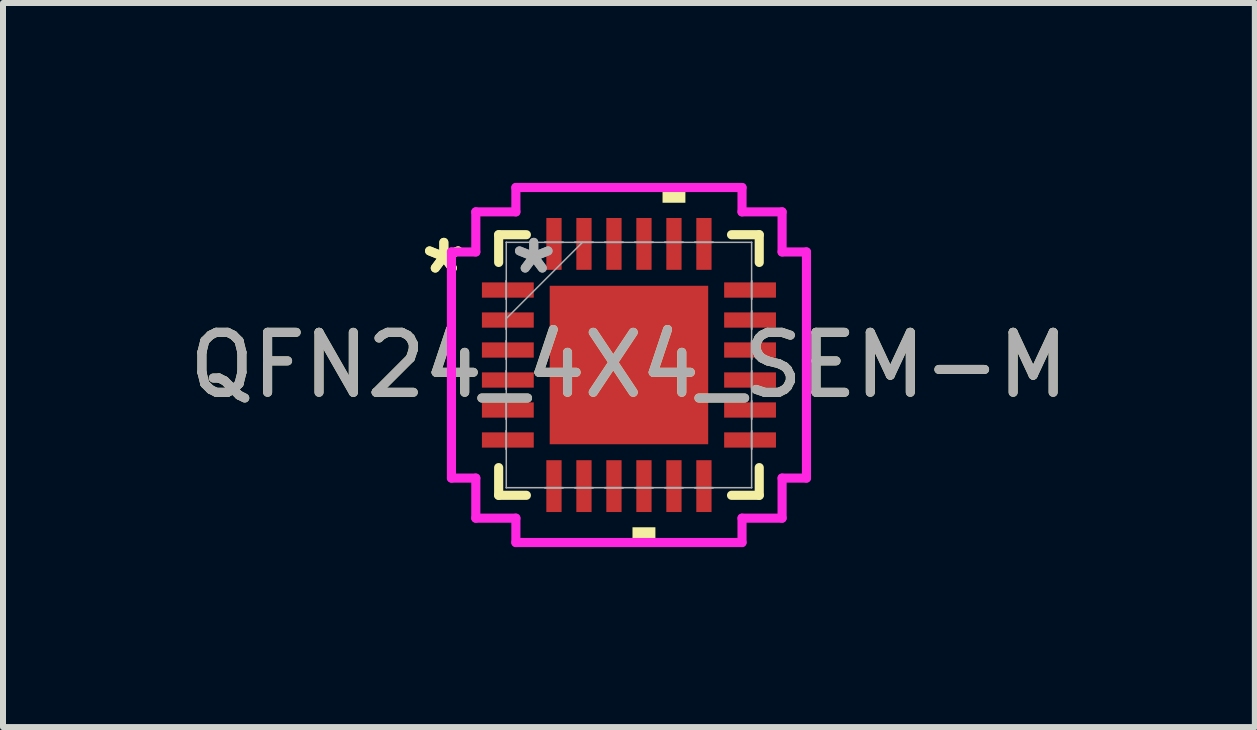
<source format=kicad_pcb>
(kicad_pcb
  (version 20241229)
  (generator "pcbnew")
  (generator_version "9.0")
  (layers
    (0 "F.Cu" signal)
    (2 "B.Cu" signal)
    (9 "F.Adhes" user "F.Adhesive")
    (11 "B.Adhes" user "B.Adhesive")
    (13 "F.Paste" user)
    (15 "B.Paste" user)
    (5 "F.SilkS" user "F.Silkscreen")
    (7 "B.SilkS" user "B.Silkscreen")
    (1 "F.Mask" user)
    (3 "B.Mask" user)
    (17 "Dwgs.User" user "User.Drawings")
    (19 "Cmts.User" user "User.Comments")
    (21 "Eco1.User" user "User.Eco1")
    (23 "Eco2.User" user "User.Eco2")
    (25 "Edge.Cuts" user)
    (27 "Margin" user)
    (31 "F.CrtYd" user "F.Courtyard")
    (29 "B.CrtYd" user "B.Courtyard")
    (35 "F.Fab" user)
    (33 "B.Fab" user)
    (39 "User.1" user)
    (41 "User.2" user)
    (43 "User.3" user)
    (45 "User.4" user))
  (footprint "QFN24_4X4_SEM-M"
    (layer "F.Cu")
    (at 7.435 3.035)
    (property "Reference" "QFN24_4X4_SEM-M" (at 0 0 0) (unlocked yes) (layer "F.SilkS") (effects (font (size 1 1) (thickness 0.15))))
    (attr smd)
    (fp_line (start -2.172 -2.172) (end -2.172 -1.71) (stroke (width 0.152) (type solid)) (layer "F.SilkS"))
    (fp_line (start -2.172 1.71) (end -2.172 2.172) (stroke (width 0.152) (type solid)) (layer "F.SilkS"))
    (fp_line (start -2.172 2.172) (end -1.71 2.172) (stroke (width 0.152) (type solid)) (layer "F.SilkS"))
    (fp_line (start -1.71 -2.172) (end -2.172 -2.172) (stroke (width 0.152) (type solid)) (layer "F.SilkS"))
    (fp_line (start 1.71 2.172) (end 2.172 2.172) (stroke (width 0.152) (type solid)) (layer "F.SilkS"))
    (fp_line (start 2.172 -2.172) (end 1.71 -2.172) (stroke (width 0.152) (type solid)) (layer "F.SilkS"))
    (fp_line (start 2.172 -1.71) (end 2.172 -2.172) (stroke (width 0.152) (type solid)) (layer "F.SilkS"))
    (fp_line (start 2.172 2.172) (end 2.172 1.71) (stroke (width 0.152) (type solid)) (layer "F.SilkS"))
    (fp_poly (pts (xy 0.059 2.705) (xy 0.059 2.959) (xy 0.441 2.959) (xy 0.441 2.705)) (stroke (width 0) (type solid)) (fill yes) (layer "F.SilkS"))
    (fp_poly (pts (xy 0.56 -2.705) (xy 0.56 -2.959) (xy 0.941 -2.959) (xy 0.941 -2.705)) (stroke (width 0) (type solid)) (fill yes) (layer "F.SilkS"))
    (fp_poly (pts (xy -1.221 -1.221) (xy -1.221 -0.1) (xy -0.1 -0.1) (xy -0.1 -1.221)) (stroke (width 0) (type solid)) (fill yes) (layer "F.Paste"))
    (fp_poly (pts (xy -1.221 0.1) (xy -1.221 1.221) (xy -0.1 1.221) (xy -0.1 0.1)) (stroke (width 0) (type solid)) (fill yes) (layer "F.Paste"))
    (fp_poly (pts (xy 0.1 -1.221) (xy 0.1 -0.1) (xy 1.221 -0.1) (xy 1.221 -1.221)) (stroke (width 0) (type solid)) (fill yes) (layer "F.Paste"))
    (fp_poly (pts (xy 0.1 0.1) (xy 0.1 1.221) (xy 1.221 1.221) (xy 1.221 0.1)) (stroke (width 0) (type solid)) (fill yes) (layer "F.Paste"))
    (fp_line (start -2.959 -1.885) (end -2.553 -1.885) (stroke (width 0.152) (type solid)) (layer "F.CrtYd"))
    (fp_line (start -2.959 1.885) (end -2.959 -1.885) (stroke (width 0.152) (type solid)) (layer "F.CrtYd"))
    (fp_line (start -2.553 -2.553) (end -1.885 -2.553) (stroke (width 0.152) (type solid)) (layer "F.CrtYd"))
    (fp_line (start -2.553 -1.885) (end -2.553 -2.553) (stroke (width 0.152) (type solid)) (layer "F.CrtYd"))
    (fp_line (start -2.553 1.885) (end -2.959 1.885) (stroke (width 0.152) (type solid)) (layer "F.CrtYd"))
    (fp_line (start -2.553 2.553) (end -2.553 1.885) (stroke (width 0.152) (type solid)) (layer "F.CrtYd"))
    (fp_line (start -1.885 -2.959) (end 1.885 -2.959) (stroke (width 0.152) (type solid)) (layer "F.CrtYd"))
    (fp_line (start -1.885 -2.553) (end -1.885 -2.959) (stroke (width 0.152) (type solid)) (layer "F.CrtYd"))
    (fp_line (start -1.885 2.553) (end -2.553 2.553) (stroke (width 0.152) (type solid)) (layer "F.CrtYd"))
    (fp_line (start -1.885 2.959) (end -1.885 2.553) (stroke (width 0.152) (type solid)) (layer "F.CrtYd"))
    (fp_line (start 1.885 -2.959) (end 1.885 -2.553) (stroke (width 0.152) (type solid)) (layer "F.CrtYd"))
    (fp_line (start 1.885 -2.553) (end 2.553 -2.553) (stroke (width 0.152) (type solid)) (layer "F.CrtYd"))
    (fp_line (start 1.885 2.553) (end 1.885 2.959) (stroke (width 0.152) (type solid)) (layer "F.CrtYd"))
    (fp_line (start 1.885 2.959) (end -1.885 2.959) (stroke (width 0.152) (type solid)) (layer "F.CrtYd"))
    (fp_line (start 2.553 -2.553) (end 2.553 -1.885) (stroke (width 0.152) (type solid)) (layer "F.CrtYd"))
    (fp_line (start 2.553 -1.885) (end 2.959 -1.885) (stroke (width 0.152) (type solid)) (layer "F.CrtYd"))
    (fp_line (start 2.553 1.885) (end 2.553 2.553) (stroke (width 0.152) (type solid)) (layer "F.CrtYd"))
    (fp_line (start 2.553 2.553) (end 1.885 2.553) (stroke (width 0.152) (type solid)) (layer "F.CrtYd"))
    (fp_line (start 2.959 -1.885) (end 2.959 1.885) (stroke (width 0.152) (type solid)) (layer "F.CrtYd"))
    (fp_line (start 2.959 1.885) (end 2.553 1.885) (stroke (width 0.152) (type solid)) (layer "F.CrtYd"))
    (fp_line (start -2.045 -2.045) (end -2.045 -2.045) (stroke (width 0.025) (type solid)) (layer "F.Fab"))
    (fp_line (start -2.045 -2.045) (end -2.045 2.045) (stroke (width 0.025) (type solid)) (layer "F.Fab"))
    (fp_line (start -2.045 -1.402) (end -2.045 -1.402) (stroke (width 0.025) (type solid)) (layer "F.Fab"))
    (fp_line (start -2.045 -1.402) (end -2.045 -1.098) (stroke (width 0.025) (type solid)) (layer "F.Fab"))
    (fp_line (start -2.045 -1.098) (end -2.045 -1.402) (stroke (width 0.025) (type solid)) (layer "F.Fab"))
    (fp_line (start -2.045 -1.098) (end -2.045 -1.098) (stroke (width 0.025) (type solid)) (layer "F.Fab"))
    (fp_line (start -2.045 -0.902) (end -2.045 -0.902) (stroke (width 0.025) (type solid)) (layer "F.Fab"))
    (fp_line (start -2.045 -0.902) (end -2.045 -0.598) (stroke (width 0.025) (type solid)) (layer "F.Fab"))
    (fp_line (start -2.045 -0.775) (end -0.775 -2.045) (stroke (width 0.025) (type solid)) (layer "F.Fab"))
    (fp_line (start -2.045 -0.598) (end -2.045 -0.902) (stroke (width 0.025) (type solid)) (layer "F.Fab"))
    (fp_line (start -2.045 -0.598) (end -2.045 -0.598) (stroke (width 0.025) (type solid)) (layer "F.Fab"))
    (fp_line (start -2.045 -0.402) (end -2.045 -0.402) (stroke (width 0.025) (type solid)) (layer "F.Fab"))
    (fp_line (start -2.045 -0.402) (end -2.045 -0.098) (stroke (width 0.025) (type solid)) (layer "F.Fab"))
    (fp_line (start -2.045 -0.098) (end -2.045 -0.402) (stroke (width 0.025) (type solid)) (layer "F.Fab"))
    (fp_line (start -2.045 -0.098) (end -2.045 -0.098) (stroke (width 0.025) (type solid)) (layer "F.Fab"))
    (fp_line (start -2.045 0.098) (end -2.045 0.098) (stroke (width 0.025) (type solid)) (layer "F.Fab"))
    (fp_line (start -2.045 0.098) (end -2.045 0.402) (stroke (width 0.025) (type solid)) (layer "F.Fab"))
    (fp_line (start -2.045 0.402) (end -2.045 0.098) (stroke (width 0.025) (type solid)) (layer "F.Fab"))
    (fp_line (start -2.045 0.402) (end -2.045 0.402) (stroke (width 0.025) (type solid)) (layer "F.Fab"))
    (fp_line (start -2.045 0.598) (end -2.045 0.598) (stroke (width 0.025) (type solid)) (layer "F.Fab"))
    (fp_line (start -2.045 0.598) (end -2.045 0.902) (stroke (width 0.025) (type solid)) (layer "F.Fab"))
    (fp_line (start -2.045 0.902) (end -2.045 0.598) (stroke (width 0.025) (type solid)) (layer "F.Fab"))
    (fp_line (start -2.045 0.902) (end -2.045 0.902) (stroke (width 0.025) (type solid)) (layer "F.Fab"))
    (fp_line (start -2.045 1.098) (end -2.045 1.098) (stroke (width 0.025) (type solid)) (layer "F.Fab"))
    (fp_line (start -2.045 1.098) (end -2.045 1.402) (stroke (width 0.025) (type solid)) (layer "F.Fab"))
    (fp_line (start -2.045 1.402) (end -2.045 1.098) (stroke (width 0.025) (type solid)) (layer "F.Fab"))
    (fp_line (start -2.045 1.402) (end -2.045 1.402) (stroke (width 0.025) (type solid)) (layer "F.Fab"))
    (fp_line (start -2.045 2.045) (end -2.045 2.045) (stroke (width 0.025) (type solid)) (layer "F.Fab"))
    (fp_line (start -2.045 2.045) (end 2.045 2.045) (stroke (width 0.025) (type solid)) (layer "F.Fab"))
    (fp_line (start -1.402 -2.045) (end -1.402 -2.045) (stroke (width 0.025) (type solid)) (layer "F.Fab"))
    (fp_line (start -1.402 -2.045) (end -1.098 -2.045) (stroke (width 0.025) (type solid)) (layer "F.Fab"))
    (fp_line (start -1.402 2.045) (end -1.402 2.045) (stroke (width 0.025) (type solid)) (layer "F.Fab"))
    (fp_line (start -1.402 2.045) (end -1.098 2.045) (stroke (width 0.025) (type solid)) (layer "F.Fab"))
    (fp_line (start -1.098 -2.045) (end -1.402 -2.045) (stroke (width 0.025) (type solid)) (layer "F.Fab"))
    (fp_line (start -1.098 -2.045) (end -1.098 -2.045) (stroke (width 0.025) (type solid)) (layer "F.Fab"))
    (fp_line (start -1.098 2.045) (end -1.402 2.045) (stroke (width 0.025) (type solid)) (layer "F.Fab"))
    (fp_line (start -1.098 2.045) (end -1.098 2.045) (stroke (width 0.025) (type solid)) (layer "F.Fab"))
    (fp_line (start -0.902 -2.045) (end -0.902 -2.045) (stroke (width 0.025) (type solid)) (layer "F.Fab"))
    (fp_line (start -0.902 -2.045) (end -0.598 -2.045) (stroke (width 0.025) (type solid)) (layer "F.Fab"))
    (fp_line (start -0.902 2.045) (end -0.902 2.045) (stroke (width 0.025) (type solid)) (layer "F.Fab"))
    (fp_line (start -0.902 2.045) (end -0.598 2.045) (stroke (width 0.025) (type solid)) (layer "F.Fab"))
    (fp_line (start -0.598 -2.045) (end -0.902 -2.045) (stroke (width 0.025) (type solid)) (layer "F.Fab"))
    (fp_line (start -0.598 -2.045) (end -0.598 -2.045) (stroke (width 0.025) (type solid)) (layer "F.Fab"))
    (fp_line (start -0.598 2.045) (end -0.902 2.045) (stroke (width 0.025) (type solid)) (layer "F.Fab"))
    (fp_line (start -0.598 2.045) (end -0.598 2.045) (stroke (width 0.025) (type solid)) (layer "F.Fab"))
    (fp_line (start -0.402 -2.045) (end -0.402 -2.045) (stroke (width 0.025) (type solid)) (layer "F.Fab"))
    (fp_line (start -0.402 -2.045) (end -0.098 -2.045) (stroke (width 0.025) (type solid)) (layer "F.Fab"))
    (fp_line (start -0.402 2.045) (end -0.402 2.045) (stroke (width 0.025) (type solid)) (layer "F.Fab"))
    (fp_line (start -0.402 2.045) (end -0.098 2.045) (stroke (width 0.025) (type solid)) (layer "F.Fab"))
    (fp_line (start -0.098 -2.045) (end -0.402 -2.045) (stroke (width 0.025) (type solid)) (layer "F.Fab"))
    (fp_line (start -0.098 -2.045) (end -0.098 -2.045) (stroke (width 0.025) (type solid)) (layer "F.Fab"))
    (fp_line (start -0.098 2.045) (end -0.402 2.045) (stroke (width 0.025) (type solid)) (layer "F.Fab"))
    (fp_line (start -0.098 2.045) (end -0.098 2.045) (stroke (width 0.025) (type solid)) (layer "F.Fab"))
    (fp_line (start 0.098 -2.045) (end 0.098 -2.045) (stroke (width 0.025) (type solid)) (layer "F.Fab"))
    (fp_line (start 0.098 -2.045) (end 0.402 -2.045) (stroke (width 0.025) (type solid)) (layer "F.Fab"))
    (fp_line (start 0.098 2.045) (end 0.098 2.045) (stroke (width 0.025) (type solid)) (layer "F.Fab"))
    (fp_line (start 0.098 2.045) (end 0.402 2.045) (stroke (width 0.025) (type solid)) (layer "F.Fab"))
    (fp_line (start 0.402 -2.045) (end 0.098 -2.045) (stroke (width 0.025) (type solid)) (layer "F.Fab"))
    (fp_line (start 0.402 -2.045) (end 0.402 -2.045) (stroke (width 0.025) (type solid)) (layer "F.Fab"))
    (fp_line (start 0.402 2.045) (end 0.098 2.045) (stroke (width 0.025) (type solid)) (layer "F.Fab"))
    (fp_line (start 0.402 2.045) (end 0.402 2.045) (stroke (width 0.025) (type solid)) (layer "F.Fab"))
    (fp_line (start 0.598 -2.045) (end 0.598 -2.045) (stroke (width 0.025) (type solid)) (layer "F.Fab"))
    (fp_line (start 0.598 -2.045) (end 0.902 -2.045) (stroke (width 0.025) (type solid)) (layer "F.Fab"))
    (fp_line (start 0.598 2.045) (end 0.598 2.045) (stroke (width 0.025) (type solid)) (layer "F.Fab"))
    (fp_line (start 0.598 2.045) (end 0.902 2.045) (stroke (width 0.025) (type solid)) (layer "F.Fab"))
    (fp_line (start 0.902 -2.045) (end 0.598 -2.045) (stroke (width 0.025) (type solid)) (layer "F.Fab"))
    (fp_line (start 0.902 -2.045) (end 0.902 -2.045) (stroke (width 0.025) (type solid)) (layer "F.Fab"))
    (fp_line (start 0.902 2.045) (end 0.598 2.045) (stroke (width 0.025) (type solid)) (layer "F.Fab"))
    (fp_line (start 0.902 2.045) (end 0.902 2.045) (stroke (width 0.025) (type solid)) (layer "F.Fab"))
    (fp_line (start 1.098 -2.045) (end 1.098 -2.045) (stroke (width 0.025) (type solid)) (layer "F.Fab"))
    (fp_line (start 1.098 -2.045) (end 1.402 -2.045) (stroke (width 0.025) (type solid)) (layer "F.Fab"))
    (fp_line (start 1.098 2.045) (end 1.098 2.045) (stroke (width 0.025) (type solid)) (layer "F.Fab"))
    (fp_line (start 1.098 2.045) (end 1.402 2.045) (stroke (width 0.025) (type solid)) (layer "F.Fab"))
    (fp_line (start 1.402 -2.045) (end 1.098 -2.045) (stroke (width 0.025) (type solid)) (layer "F.Fab"))
    (fp_line (start 1.402 -2.045) (end 1.402 -2.045) (stroke (width 0.025) (type solid)) (layer "F.Fab"))
    (fp_line (start 1.402 2.045) (end 1.098 2.045) (stroke (width 0.025) (type solid)) (layer "F.Fab"))
    (fp_line (start 1.402 2.045) (end 1.402 2.045) (stroke (width 0.025) (type solid)) (layer "F.Fab"))
    (fp_line (start 2.045 -2.045) (end -2.045 -2.045) (stroke (width 0.025) (type solid)) (layer "F.Fab"))
    (fp_line (start 2.045 -2.045) (end 2.045 -2.045) (stroke (width 0.025) (type solid)) (layer "F.Fab"))
    (fp_line (start 2.045 -1.402) (end 2.045 -1.402) (stroke (width 0.025) (type solid)) (layer "F.Fab"))
    (fp_line (start 2.045 -1.402) (end 2.045 -1.098) (stroke (width 0.025) (type solid)) (layer "F.Fab"))
    (fp_line (start 2.045 -1.098) (end 2.045 -1.402) (stroke (width 0.025) (type solid)) (layer "F.Fab"))
    (fp_line (start 2.045 -1.098) (end 2.045 -1.098) (stroke (width 0.025) (type solid)) (layer "F.Fab"))
    (fp_line (start 2.045 -0.902) (end 2.045 -0.902) (stroke (width 0.025) (type solid)) (layer "F.Fab"))
    (fp_line (start 2.045 -0.902) (end 2.045 -0.598) (stroke (width 0.025) (type solid)) (layer "F.Fab"))
    (fp_line (start 2.045 -0.598) (end 2.045 -0.902) (stroke (width 0.025) (type solid)) (layer "F.Fab"))
    (fp_line (start 2.045 -0.598) (end 2.045 -0.598) (stroke (width 0.025) (type solid)) (layer "F.Fab"))
    (fp_line (start 2.045 -0.402) (end 2.045 -0.402) (stroke (width 0.025) (type solid)) (layer "F.Fab"))
    (fp_line (start 2.045 -0.402) (end 2.045 -0.098) (stroke (width 0.025) (type solid)) (layer "F.Fab"))
    (fp_line (start 2.045 -0.098) (end 2.045 -0.402) (stroke (width 0.025) (type solid)) (layer "F.Fab"))
    (fp_line (start 2.045 -0.098) (end 2.045 -0.098) (stroke (width 0.025) (type solid)) (layer "F.Fab"))
    (fp_line (start 2.045 0.098) (end 2.045 0.098) (stroke (width 0.025) (type solid)) (layer "F.Fab"))
    (fp_line (start 2.045 0.098) (end 2.045 0.402) (stroke (width 0.025) (type solid)) (layer "F.Fab"))
    (fp_line (start 2.045 0.402) (end 2.045 0.098) (stroke (width 0.025) (type solid)) (layer "F.Fab"))
    (fp_line (start 2.045 0.402) (end 2.045 0.402) (stroke (width 0.025) (type solid)) (layer "F.Fab"))
    (fp_line (start 2.045 0.598) (end 2.045 0.598) (stroke (width 0.025) (type solid)) (layer "F.Fab"))
    (fp_line (start 2.045 0.598) (end 2.045 0.902) (stroke (width 0.025) (type solid)) (layer "F.Fab"))
    (fp_line (start 2.045 0.902) (end 2.045 0.598) (stroke (width 0.025) (type solid)) (layer "F.Fab"))
    (fp_line (start 2.045 0.902) (end 2.045 0.902) (stroke (width 0.025) (type solid)) (layer "F.Fab"))
    (fp_line (start 2.045 1.098) (end 2.045 1.098) (stroke (width 0.025) (type solid)) (layer "F.Fab"))
    (fp_line (start 2.045 1.098) (end 2.045 1.402) (stroke (width 0.025) (type solid)) (layer "F.Fab"))
    (fp_line (start 2.045 1.402) (end 2.045 1.098) (stroke (width 0.025) (type solid)) (layer "F.Fab"))
    (fp_line (start 2.045 1.402) (end 2.045 1.402) (stroke (width 0.025) (type solid)) (layer "F.Fab"))
    (fp_line (start 2.045 2.045) (end 2.045 -2.045) (stroke (width 0.025) (type solid)) (layer "F.Fab"))
    (fp_line (start 2.045 2.045) (end 2.045 2.045) (stroke (width 0.025) (type solid)) (layer "F.Fab"))
    (fp_text user "*" (at -3.086 -1.5 0) (layer "F.SilkS") (effects (font (size 1 1) (thickness 0.15))))
    (fp_text user "*" (at -3.086 -1.5 0) (unlocked yes) (layer "F.SilkS") (effects (font (size 1 1) (thickness 0.15))))
    (fp_text user "${REFERENCE}" (at 0 0 0) (unlocked yes) (layer "F.Fab") (effects (font (size 1 1) (thickness 0.15))))
    (fp_text user "*" (at -1.587 -1.5 0) (layer "F.Fab") (effects (font (size 1 1) (thickness 0.15))))
    (fp_text user "*" (at -1.587 -1.5 0) (unlocked yes) (layer "F.Fab") (effects (font (size 1 1) (thickness 0.15))))
    (pad "1" smd rect (at -2.019 -1.25 90) (size 0.254 0.864) (layers "F.Cu" "F.Mask" "F.Paste"))
    (pad "2" smd rect (at -2.019 -0.75 90) (size 0.254 0.864) (layers "F.Cu" "F.Mask" "F.Paste"))
    (pad "3" smd rect (at -2.019 -0.25 90) (size 0.254 0.864) (layers "F.Cu" "F.Mask" "F.Paste"))
    (pad "4" smd rect (at -2.019 0.25 90) (size 0.254 0.864) (layers "F.Cu" "F.Mask" "F.Paste"))
    (pad "5" smd rect (at -2.019 0.75 90) (size 0.254 0.864) (layers "F.Cu" "F.Mask" "F.Paste"))
    (pad "6" smd rect (at -2.019 1.25 90) (size 0.254 0.864) (layers "F.Cu" "F.Mask" "F.Paste"))
    (pad "7" smd rect (at -1.25 2.019) (size 0.254 0.864) (layers "F.Cu" "F.Mask" "F.Paste"))
    (pad "8" smd rect (at -0.75 2.019) (size 0.254 0.864) (layers "F.Cu" "F.Mask" "F.Paste"))
    (pad "9" smd rect (at -0.25 2.019) (size 0.254 0.864) (layers "F.Cu" "F.Mask" "F.Paste"))
    (pad "10" smd rect (at 0.25 2.019) (size 0.254 0.864) (layers "F.Cu" "F.Mask" "F.Paste"))
    (pad "11" smd rect (at 0.75 2.019) (size 0.254 0.864) (layers "F.Cu" "F.Mask" "F.Paste"))
    (pad "12" smd rect (at 1.25 2.019) (size 0.254 0.864) (layers "F.Cu" "F.Mask" "F.Paste"))
    (pad "13" smd rect (at 2.019 1.25 90) (size 0.254 0.864) (layers "F.Cu" "F.Mask" "F.Paste"))
    (pad "14" smd rect (at 2.019 0.75 90) (size 0.254 0.864) (layers "F.Cu" "F.Mask" "F.Paste"))
    (pad "15" smd rect (at 2.019 0.25 90) (size 0.254 0.864) (layers "F.Cu" "F.Mask" "F.Paste"))
    (pad "16" smd rect (at 2.019 -0.25 90) (size 0.254 0.864) (layers "F.Cu" "F.Mask" "F.Paste"))
    (pad "17" smd rect (at 2.019 -0.75 90) (size 0.254 0.864) (layers "F.Cu" "F.Mask" "F.Paste"))
    (pad "18" smd rect (at 2.019 -1.25 90) (size 0.254 0.864) (layers "F.Cu" "F.Mask" "F.Paste"))
    (pad "19" smd rect (at 1.25 -2.019) (size 0.254 0.864) (layers "F.Cu" "F.Mask" "F.Paste"))
    (pad "20" smd rect (at 0.75 -2.019) (size 0.254 0.864) (layers "F.Cu" "F.Mask" "F.Paste"))
    (pad "21" smd rect (at 0.25 -2.019) (size 0.254 0.864) (layers "F.Cu" "F.Mask" "F.Paste"))
    (pad "22" smd rect (at -0.25 -2.019) (size 0.254 0.864) (layers "F.Cu" "F.Mask" "F.Paste"))
    (pad "23" smd rect (at -0.75 -2.019) (size 0.254 0.864) (layers "F.Cu" "F.Mask" "F.Paste"))
    (pad "24" smd rect (at -1.25 -2.019) (size 0.254 0.864) (layers "F.Cu" "F.Mask" "F.Paste"))
    (pad "25" smd rect (at 0 0) (size 2.642 2.642) (layers "F.Cu" "F.Mask")))
  (gr_rect
    (start -3 -3)
    (end 17.869 9.071)
    (stroke (width 0.1) (type default))
    (fill no)
    (layer "Edge.Cuts")))
</source>
